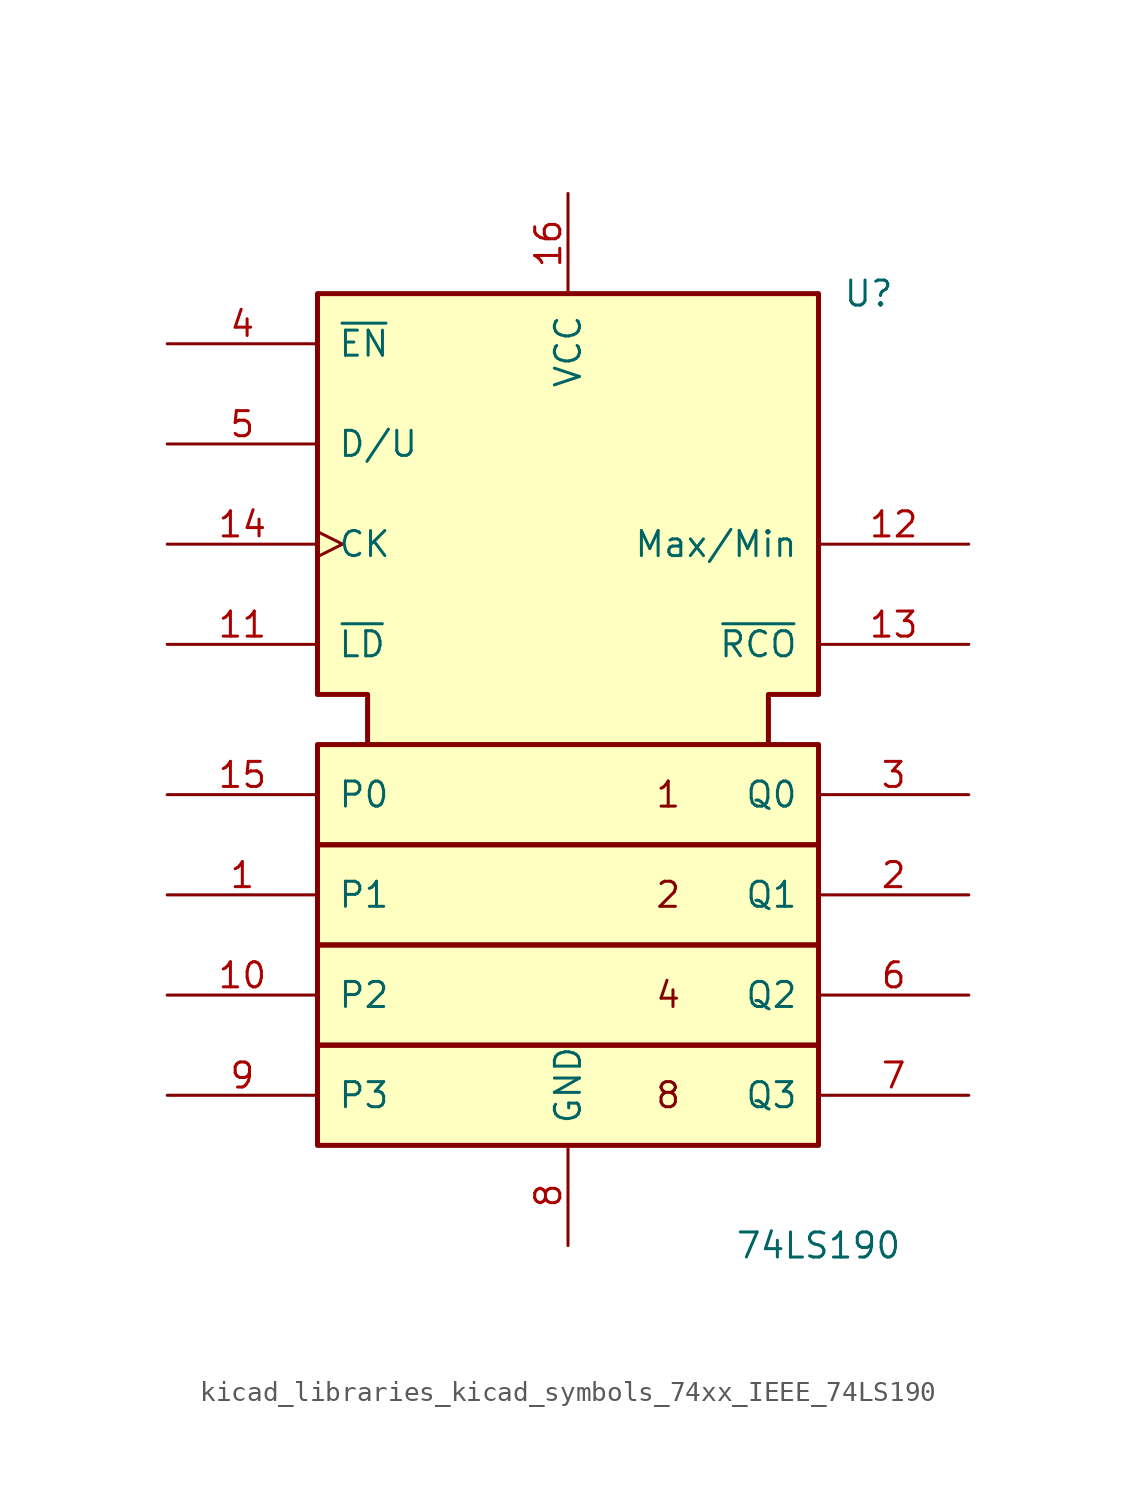
<source format=kicad_sym>
(kicad_symbol_lib
  (version 20220914)
  (generator kicad_symbol_editor)
  (symbol "kicad_libraries_kicad_symbols_74xx_IEEE_74LS190"
    (pin_names
      (offset 1.016))
    (property "Reference" "U"
      (at 15.24 22.86 0)
      (effects (font (size 1.27 1.27))))
    (property "Value" "74LS190"
      (at 12.7 -25.4 0)
      (effects (font (size 1.27 1.27))))
    (symbol "kicad_libraries_kicad_symbols_74xx_IEEE_74LS190_0_0"
      (rectangle (start -12.7 -15.24) (end 12.7 -20.32) (stroke (width 0.254) (type default)) (fill (type background)))
      (rectangle (start -12.7 -10.16) (end 12.7 -15.24) (stroke (width 0.254) (type default)) (fill (type background)))
      (rectangle (start -12.7 -5.08) (end 12.7 -10.16) (stroke (width 0.254) (type default)) (fill (type background)))
      (rectangle (start -12.7 0) (end 12.7 -5.08) (stroke (width 0.254) (type default)) (fill (type background)))
      (polyline (pts (xy -10.16 0) (xy -10.16 2.54) (xy -12.7 2.54) (xy -12.7 22.86) (xy 12.7 22.86) (xy 12.7 2.54) (xy 10.16 2.54) (xy 10.16 0) (xy 10.16 0)) (stroke (width 0.254) (type default)) (fill (type background)))
      (text "1" (at 5.08 -2.54 0) (effects (font (size 1.27 1.27))))
      (text "2" (at 5.08 -7.62 0) (effects (font (size 1.27 1.27))))
      (text "4" (at 5.08 -12.7 0) (effects (font (size 1.27 1.27))))
      (text "8" (at 5.08 -17.78 0) (effects (font (size 1.27 1.27))))
      (pin power_in line (at 0 27.94 270) (length 5.08) (name "VCC" (effects (font (size 1.27 1.27)))) (number "16" (effects (font (size 1.27 1.27)))))
      (pin power_in line (at 0 -25.4 90) (length 5.08) (name "GND" (effects (font (size 1.27 1.27)))) (number "8" (effects (font (size 1.27 1.27))))))
    (symbol "kicad_libraries_kicad_symbols_74xx_IEEE_74LS190_1_1"
      (pin input line (at -20.32 -7.62 0) (length 7.62) (name "P1" (effects (font (size 1.27 1.27)))) (number "1" (effects (font (size 1.27 1.27)))))
      (pin input line (at -20.32 -12.7 0) (length 7.62) (name "P2" (effects (font (size 1.27 1.27)))) (number "10" (effects (font (size 1.27 1.27)))))
      (pin input line (at -20.32 5.08 0) (length 7.62) (name "~{LD}" (effects (font (size 1.27 1.27)))) (number "11" (effects (font (size 1.27 1.27)))))
      (pin output line (at 20.32 10.16 180) (length 7.62) (name "Max/Min" (effects (font (size 1.27 1.27)))) (number "12" (effects (font (size 1.27 1.27)))))
      (pin output line (at 20.32 5.08 180) (length 7.62) (name "~{RCO}" (effects (font (size 1.27 1.27)))) (number "13" (effects (font (size 1.27 1.27)))))
      (pin input clock (at -20.32 10.16 0) (length 7.62) (name "CK" (effects (font (size 1.27 1.27)))) (number "14" (effects (font (size 1.27 1.27)))))
      (pin input line (at -20.32 -2.54 0) (length 7.62) (name "P0" (effects (font (size 1.27 1.27)))) (number "15" (effects (font (size 1.27 1.27)))))
      (pin output line (at 20.32 -7.62 180) (length 7.62) (name "Q1" (effects (font (size 1.27 1.27)))) (number "2" (effects (font (size 1.27 1.27)))))
      (pin output line (at 20.32 -2.54 180) (length 7.62) (name "Q0" (effects (font (size 1.27 1.27)))) (number "3" (effects (font (size 1.27 1.27)))))
      (pin input line (at -20.32 20.32 0) (length 7.62) (name "~{EN}" (effects (font (size 1.27 1.27)))) (number "4" (effects (font (size 1.27 1.27)))))
      (pin input line (at -20.32 15.24 0) (length 7.62) (name "D/U" (effects (font (size 1.27 1.27)))) (number "5" (effects (font (size 1.27 1.27)))))
      (pin output line (at 20.32 -12.7 180) (length 7.62) (name "Q2" (effects (font (size 1.27 1.27)))) (number "6" (effects (font (size 1.27 1.27)))))
      (pin output line (at 20.32 -17.78 180) (length 7.62) (name "Q3" (effects (font (size 1.27 1.27)))) (number "7" (effects (font (size 1.27 1.27)))))
      (pin input line (at -20.32 -17.78 0) (length 7.62) (name "P3" (effects (font (size 1.27 1.27)))) (number "9" (effects (font (size 1.27 1.27))))))))
</source>
